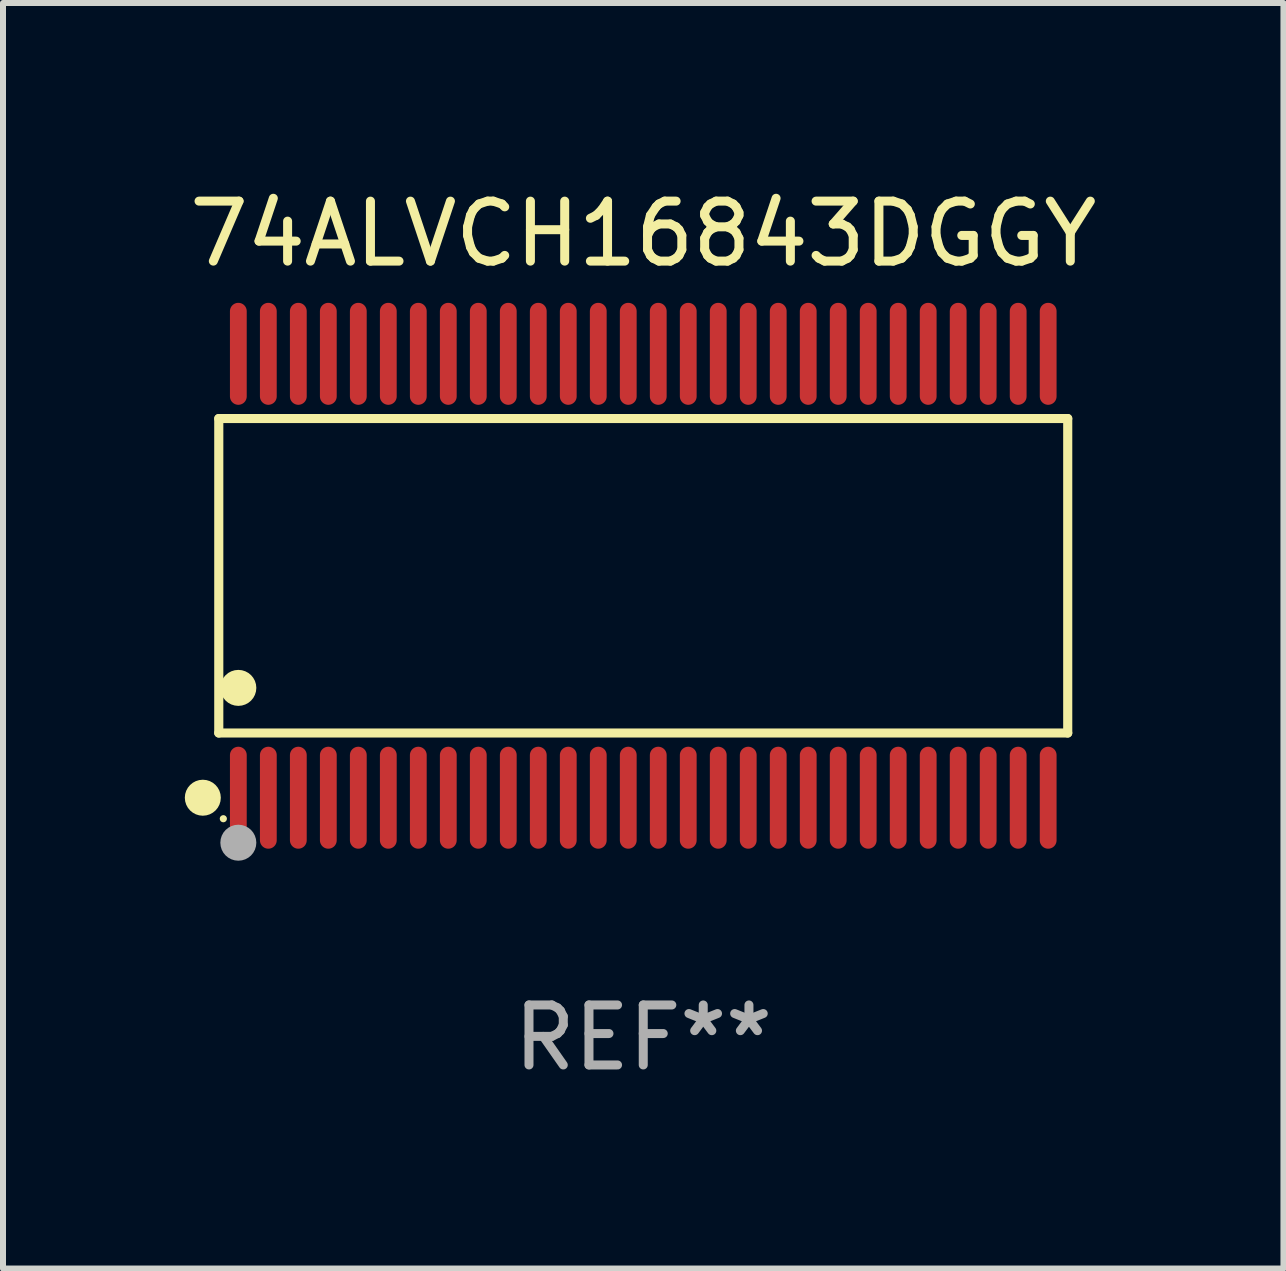
<source format=kicad_pcb>
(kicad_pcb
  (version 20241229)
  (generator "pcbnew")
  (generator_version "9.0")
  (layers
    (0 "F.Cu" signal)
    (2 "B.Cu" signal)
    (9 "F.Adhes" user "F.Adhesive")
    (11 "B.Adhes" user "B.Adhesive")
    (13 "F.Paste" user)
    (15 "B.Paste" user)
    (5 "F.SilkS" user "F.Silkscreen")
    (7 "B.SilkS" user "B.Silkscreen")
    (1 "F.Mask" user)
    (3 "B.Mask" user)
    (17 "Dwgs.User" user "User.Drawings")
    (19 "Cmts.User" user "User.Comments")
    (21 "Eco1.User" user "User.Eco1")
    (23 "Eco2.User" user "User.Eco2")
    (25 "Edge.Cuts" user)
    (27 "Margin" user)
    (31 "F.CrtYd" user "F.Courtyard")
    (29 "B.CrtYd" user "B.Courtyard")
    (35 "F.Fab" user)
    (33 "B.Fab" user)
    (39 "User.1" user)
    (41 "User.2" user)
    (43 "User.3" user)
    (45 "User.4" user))
  (footprint "74ALVCH16843DGGY"
    (layer "F.Cu")
    (at 7.673 6.548)
    (property "Reference" "74ALVCH16843DGGY" (at 0 -5.7 0) (layer "F.SilkS") (effects (font (size 1 1) (thickness 0.15))))
    (attr through_hole)
    (fp_line (start -7.076 -2.621) (end 7.076 -2.621) (stroke (width 0.152) (type solid)) (layer "F.SilkS"))
    (fp_line (start -7.076 2.621) (end -7.076 -2.621) (stroke (width 0.152) (type solid)) (layer "F.SilkS"))
    (fp_line (start 7.076 -2.621) (end 7.076 2.621) (stroke (width 0.152) (type solid)) (layer "F.SilkS"))
    (fp_line (start 7.076 2.621) (end -7.076 2.621) (stroke (width 0.152) (type solid)) (layer "F.SilkS"))
    (fp_circle (center -7.342 3.7) (end -7.192 3.7) (stroke (width 0.3) (type solid)) (fill no) (layer "F.SilkS"))
    (fp_circle (center -7 4.05) (end -6.97 4.05) (stroke (width 0.06) (type solid)) (fill no) (layer "F.SilkS"))
    (fp_circle (center -6.75 1.869) (end -6.6 1.869) (stroke (width 0.3) (type solid)) (fill no) (layer "F.SilkS"))
    (fp_circle (center -6.75 4.45) (end -6.6 4.45) (stroke (width 0.3) (type solid)) (fill no) (layer "F.Fab"))
    (fp_text user "REF**" (at 0 7.7 0) (layer "F.Fab") (effects (font (size 1 1) (thickness 0.15))))
    (pad "1" smd oval (at -6.75 3.7) (size 0.28 1.7) (layers "F.Cu" "F.Mask" "F.Paste"))
    (pad "2" smd oval (at -6.25 3.7) (size 0.28 1.7) (layers "F.Cu" "F.Mask" "F.Paste"))
    (pad "3" smd oval (at -5.75 3.7) (size 0.28 1.7) (layers "F.Cu" "F.Mask" "F.Paste"))
    (pad "4" smd oval (at -5.25 3.7) (size 0.28 1.7) (layers "F.Cu" "F.Mask" "F.Paste"))
    (pad "5" smd oval (at -4.75 3.7) (size 0.28 1.7) (layers "F.Cu" "F.Mask" "F.Paste"))
    (pad "6" smd oval (at -4.25 3.7) (size 0.28 1.7) (layers "F.Cu" "F.Mask" "F.Paste"))
    (pad "7" smd oval (at -3.75 3.7) (size 0.28 1.7) (layers "F.Cu" "F.Mask" "F.Paste"))
    (pad "8" smd oval (at -3.25 3.7) (size 0.28 1.7) (layers "F.Cu" "F.Mask" "F.Paste"))
    (pad "9" smd oval (at -2.75 3.7) (size 0.28 1.7) (layers "F.Cu" "F.Mask" "F.Paste"))
    (pad "10" smd oval (at -2.25 3.7) (size 0.28 1.7) (layers "F.Cu" "F.Mask" "F.Paste"))
    (pad "11" smd oval (at -1.75 3.7) (size 0.28 1.7) (layers "F.Cu" "F.Mask" "F.Paste"))
    (pad "12" smd oval (at -1.25 3.7) (size 0.28 1.7) (layers "F.Cu" "F.Mask" "F.Paste"))
    (pad "13" smd oval (at -0.75 3.7) (size 0.28 1.7) (layers "F.Cu" "F.Mask" "F.Paste"))
    (pad "14" smd oval (at -0.25 3.7) (size 0.28 1.7) (layers "F.Cu" "F.Mask" "F.Paste"))
    (pad "15" smd oval (at 0.25 3.7) (size 0.28 1.7) (layers "F.Cu" "F.Mask" "F.Paste"))
    (pad "16" smd oval (at 0.75 3.7) (size 0.28 1.7) (layers "F.Cu" "F.Mask" "F.Paste"))
    (pad "17" smd oval (at 1.25 3.7) (size 0.28 1.7) (layers "F.Cu" "F.Mask" "F.Paste"))
    (pad "18" smd oval (at 1.75 3.7) (size 0.28 1.7) (layers "F.Cu" "F.Mask" "F.Paste"))
    (pad "19" smd oval (at 2.25 3.7) (size 0.28 1.7) (layers "F.Cu" "F.Mask" "F.Paste"))
    (pad "20" smd oval (at 2.75 3.7) (size 0.28 1.7) (layers "F.Cu" "F.Mask" "F.Paste"))
    (pad "21" smd oval (at 3.25 3.7) (size 0.28 1.7) (layers "F.Cu" "F.Mask" "F.Paste"))
    (pad "22" smd oval (at 3.75 3.7) (size 0.28 1.7) (layers "F.Cu" "F.Mask" "F.Paste"))
    (pad "23" smd oval (at 4.25 3.7) (size 0.28 1.7) (layers "F.Cu" "F.Mask" "F.Paste"))
    (pad "24" smd oval (at 4.75 3.7) (size 0.28 1.7) (layers "F.Cu" "F.Mask" "F.Paste"))
    (pad "25" smd oval (at 5.25 3.7) (size 0.28 1.7) (layers "F.Cu" "F.Mask" "F.Paste"))
    (pad "26" smd oval (at 5.75 3.7) (size 0.28 1.7) (layers "F.Cu" "F.Mask" "F.Paste"))
    (pad "27" smd oval (at 6.25 3.7) (size 0.28 1.7) (layers "F.Cu" "F.Mask" "F.Paste"))
    (pad "28" smd oval (at 6.75 3.7) (size 0.28 1.7) (layers "F.Cu" "F.Mask" "F.Paste"))
    (pad "29" smd oval (at 6.75 -3.7) (size 0.28 1.7) (layers "F.Cu" "F.Mask" "F.Paste"))
    (pad "30" smd oval (at 6.25 -3.7) (size 0.28 1.7) (layers "F.Cu" "F.Mask" "F.Paste"))
    (pad "31" smd oval (at 5.75 -3.7) (size 0.28 1.7) (layers "F.Cu" "F.Mask" "F.Paste"))
    (pad "32" smd oval (at 5.25 -3.7) (size 0.28 1.7) (layers "F.Cu" "F.Mask" "F.Paste"))
    (pad "33" smd oval (at 4.75 -3.7) (size 0.28 1.7) (layers "F.Cu" "F.Mask" "F.Paste"))
    (pad "34" smd oval (at 4.25 -3.7) (size 0.28 1.7) (layers "F.Cu" "F.Mask" "F.Paste"))
    (pad "35" smd oval (at 3.75 -3.7) (size 0.28 1.7) (layers "F.Cu" "F.Mask" "F.Paste"))
    (pad "36" smd oval (at 3.25 -3.7) (size 0.28 1.7) (layers "F.Cu" "F.Mask" "F.Paste"))
    (pad "37" smd oval (at 2.75 -3.7) (size 0.28 1.7) (layers "F.Cu" "F.Mask" "F.Paste"))
    (pad "38" smd oval (at 2.25 -3.7) (size 0.28 1.7) (layers "F.Cu" "F.Mask" "F.Paste"))
    (pad "39" smd oval (at 1.75 -3.7) (size 0.28 1.7) (layers "F.Cu" "F.Mask" "F.Paste"))
    (pad "40" smd oval (at 1.25 -3.7) (size 0.28 1.7) (layers "F.Cu" "F.Mask" "F.Paste"))
    (pad "41" smd oval (at 0.75 -3.7) (size 0.28 1.7) (layers "F.Cu" "F.Mask" "F.Paste"))
    (pad "42" smd oval (at 0.25 -3.7) (size 0.28 1.7) (layers "F.Cu" "F.Mask" "F.Paste"))
    (pad "43" smd oval (at -0.25 -3.7) (size 0.28 1.7) (layers "F.Cu" "F.Mask" "F.Paste"))
    (pad "44" smd oval (at -0.75 -3.7) (size 0.28 1.7) (layers "F.Cu" "F.Mask" "F.Paste"))
    (pad "45" smd oval (at -1.25 -3.7) (size 0.28 1.7) (layers "F.Cu" "F.Mask" "F.Paste"))
    (pad "46" smd oval (at -1.75 -3.7) (size 0.28 1.7) (layers "F.Cu" "F.Mask" "F.Paste"))
    (pad "47" smd oval (at -2.25 -3.7) (size 0.28 1.7) (layers "F.Cu" "F.Mask" "F.Paste"))
    (pad "48" smd oval (at -2.75 -3.7) (size 0.28 1.7) (layers "F.Cu" "F.Mask" "F.Paste"))
    (pad "49" smd oval (at -3.25 -3.7) (size 0.28 1.7) (layers "F.Cu" "F.Mask" "F.Paste"))
    (pad "50" smd oval (at -3.75 -3.7) (size 0.28 1.7) (layers "F.Cu" "F.Mask" "F.Paste"))
    (pad "51" smd oval (at -4.25 -3.7) (size 0.28 1.7) (layers "F.Cu" "F.Mask" "F.Paste"))
    (pad "52" smd oval (at -4.75 -3.7) (size 0.28 1.7) (layers "F.Cu" "F.Mask" "F.Paste"))
    (pad "53" smd oval (at -5.25 -3.7) (size 0.28 1.7) (layers "F.Cu" "F.Mask" "F.Paste"))
    (pad "54" smd oval (at -5.75 -3.7) (size 0.28 1.7) (layers "F.Cu" "F.Mask" "F.Paste"))
    (pad "55" smd oval (at -6.25 -3.7) (size 0.28 1.7) (layers "F.Cu" "F.Mask" "F.Paste"))
    (pad "56" smd oval (at -6.75 -3.7) (size 0.28 1.7) (layers "F.Cu" "F.Mask" "F.Paste")))
  (gr_rect
    (start -3 -3)
    (end 18.345 18.097)
    (stroke (width 0.1) (type default))
    (fill no)
    (layer "Edge.Cuts")))
</source>
